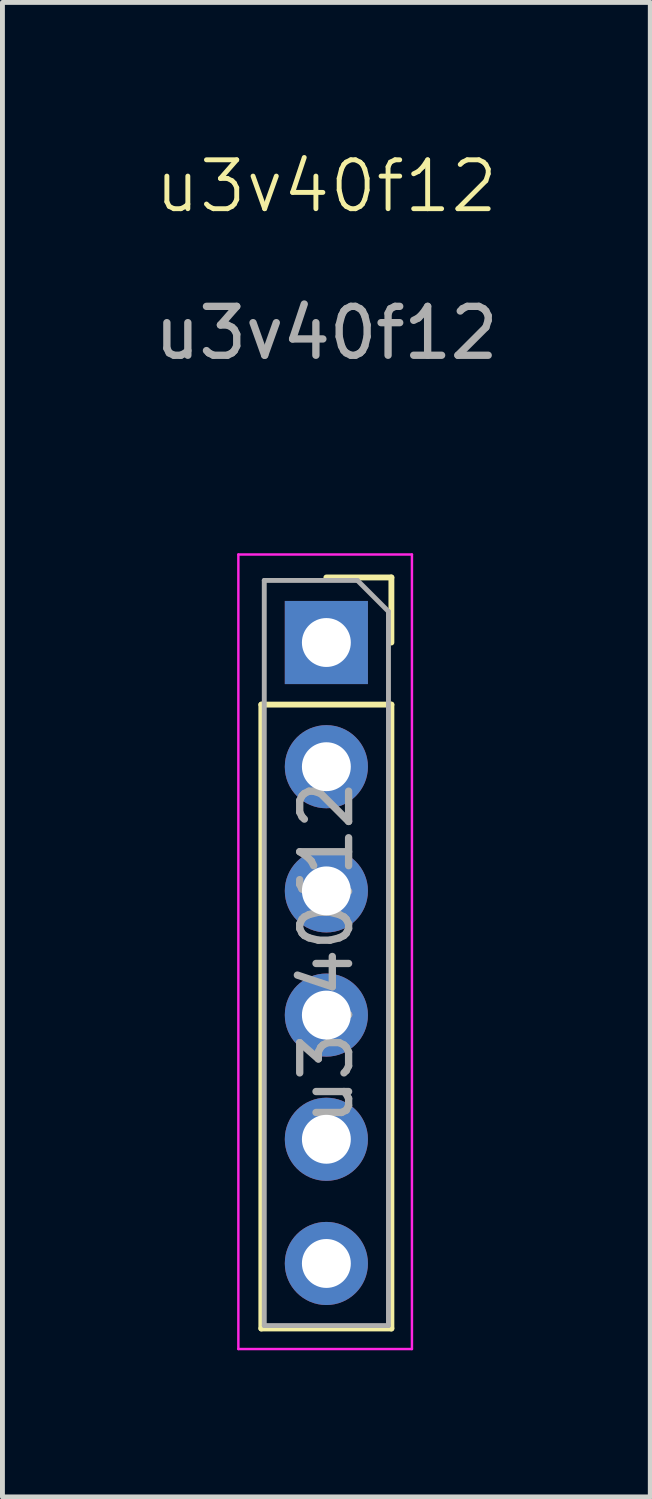
<source format=kicad_pcb>
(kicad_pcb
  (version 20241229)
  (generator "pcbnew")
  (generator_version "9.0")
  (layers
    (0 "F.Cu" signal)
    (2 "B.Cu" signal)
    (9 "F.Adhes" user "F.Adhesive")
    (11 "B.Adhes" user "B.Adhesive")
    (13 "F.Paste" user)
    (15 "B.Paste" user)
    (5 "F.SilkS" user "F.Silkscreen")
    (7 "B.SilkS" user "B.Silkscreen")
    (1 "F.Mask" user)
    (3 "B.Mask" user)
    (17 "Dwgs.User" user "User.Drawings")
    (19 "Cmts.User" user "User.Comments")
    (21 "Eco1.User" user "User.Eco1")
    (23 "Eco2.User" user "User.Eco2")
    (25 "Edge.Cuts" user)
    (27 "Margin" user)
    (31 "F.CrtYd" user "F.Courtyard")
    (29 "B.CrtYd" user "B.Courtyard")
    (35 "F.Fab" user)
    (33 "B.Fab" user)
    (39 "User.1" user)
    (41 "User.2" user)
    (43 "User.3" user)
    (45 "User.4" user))
  (footprint "u3v40f12"
    (layer "F.Cu")
    (at 3.625 16.601)
    (property "Reference" "u3v40f12" (at 0 -15.84 0) (unlocked yes) (layer "F.SilkS") (effects (font (size 1 1) (thickness 0.1))))
    (attr smd)
    (fp_line (start -1.33 -5.24) (end -1.33 7.52) (stroke (width 0.12) (type solid)) (layer "F.SilkS"))
    (fp_line (start -1.33 -5.24) (end 1.33 -5.24) (stroke (width 0.12) (type solid)) (layer "F.SilkS"))
    (fp_line (start -1.33 7.52) (end 1.33 7.52) (stroke (width 0.12) (type solid)) (layer "F.SilkS"))
    (fp_line (start 0 -7.84) (end 1.33 -7.84) (stroke (width 0.12) (type solid)) (layer "F.SilkS"))
    (fp_line (start 1.33 -7.84) (end 1.33 -6.51) (stroke (width 0.12) (type solid)) (layer "F.SilkS"))
    (fp_line (start 1.33 -5.24) (end 1.33 7.52) (stroke (width 0.12) (type solid)) (layer "F.SilkS"))
    (fp_line (start -1.8 -8.31) (end 1.75 -8.31) (stroke (width 0.05) (type solid)) (layer "F.CrtYd"))
    (fp_line (start -1.8 7.94) (end -1.8 -8.31) (stroke (width 0.05) (type solid)) (layer "F.CrtYd"))
    (fp_line (start 1.75 -8.31) (end 1.75 7.94) (stroke (width 0.05) (type solid)) (layer "F.CrtYd"))
    (fp_line (start 1.75 7.94) (end -1.8 7.94) (stroke (width 0.05) (type solid)) (layer "F.CrtYd"))
    (fp_line (start -1.27 -7.78) (end 0.635 -7.78) (stroke (width 0.1) (type solid)) (layer "F.Fab"))
    (fp_line (start -1.27 7.46) (end -1.27 -7.78) (stroke (width 0.1) (type solid)) (layer "F.Fab"))
    (fp_line (start 0.635 -7.78) (end 1.27 -7.145) (stroke (width 0.1) (type solid)) (layer "F.Fab"))
    (fp_line (start 1.27 -7.145) (end 1.27 7.46) (stroke (width 0.1) (type solid)) (layer "F.Fab"))
    (fp_line (start 1.27 7.46) (end -1.27 7.46) (stroke (width 0.1) (type solid)) (layer "F.Fab"))
    (fp_text user "${REFERENCE}" (at 0 -0.16 90) (layer "F.Fab") (effects (font (size 1 1) (thickness 0.15))))
    (fp_text user "${REFERENCE}" (at 0 -12.84 0) (unlocked yes) (layer "F.Fab") (effects (font (size 1 1) (thickness 0.15))))
    (pad "1" thru_hole rect (at 0 -6.51) (size 1.7 1.7) (drill 1) (layers "*.Cu" "*.Mask"))
    (pad "2" thru_hole oval (at 0 -3.97) (size 1.7 1.7) (drill 1) (layers "*.Cu" "*.Mask"))
    (pad "3" thru_hole oval (at 0 -1.43) (size 1.7 1.7) (drill 1) (layers "*.Cu" "*.Mask"))
    (pad "4" thru_hole oval (at 0 1.11) (size 1.7 1.7) (drill 1) (layers "*.Cu" "*.Mask"))
    (pad "5" thru_hole oval (at 0 3.65) (size 1.7 1.7) (drill 1) (layers "*.Cu" "*.Mask"))
    (pad "6" thru_hole oval (at 0 6.19) (size 1.7 1.7) (drill 1) (layers "*.Cu" "*.Mask")))
  (gr_rect
    (start -3 -3)
    (end 10.25 27.566)
    (stroke (width 0.1) (type default))
    (fill no)
    (layer "Edge.Cuts")))
</source>
